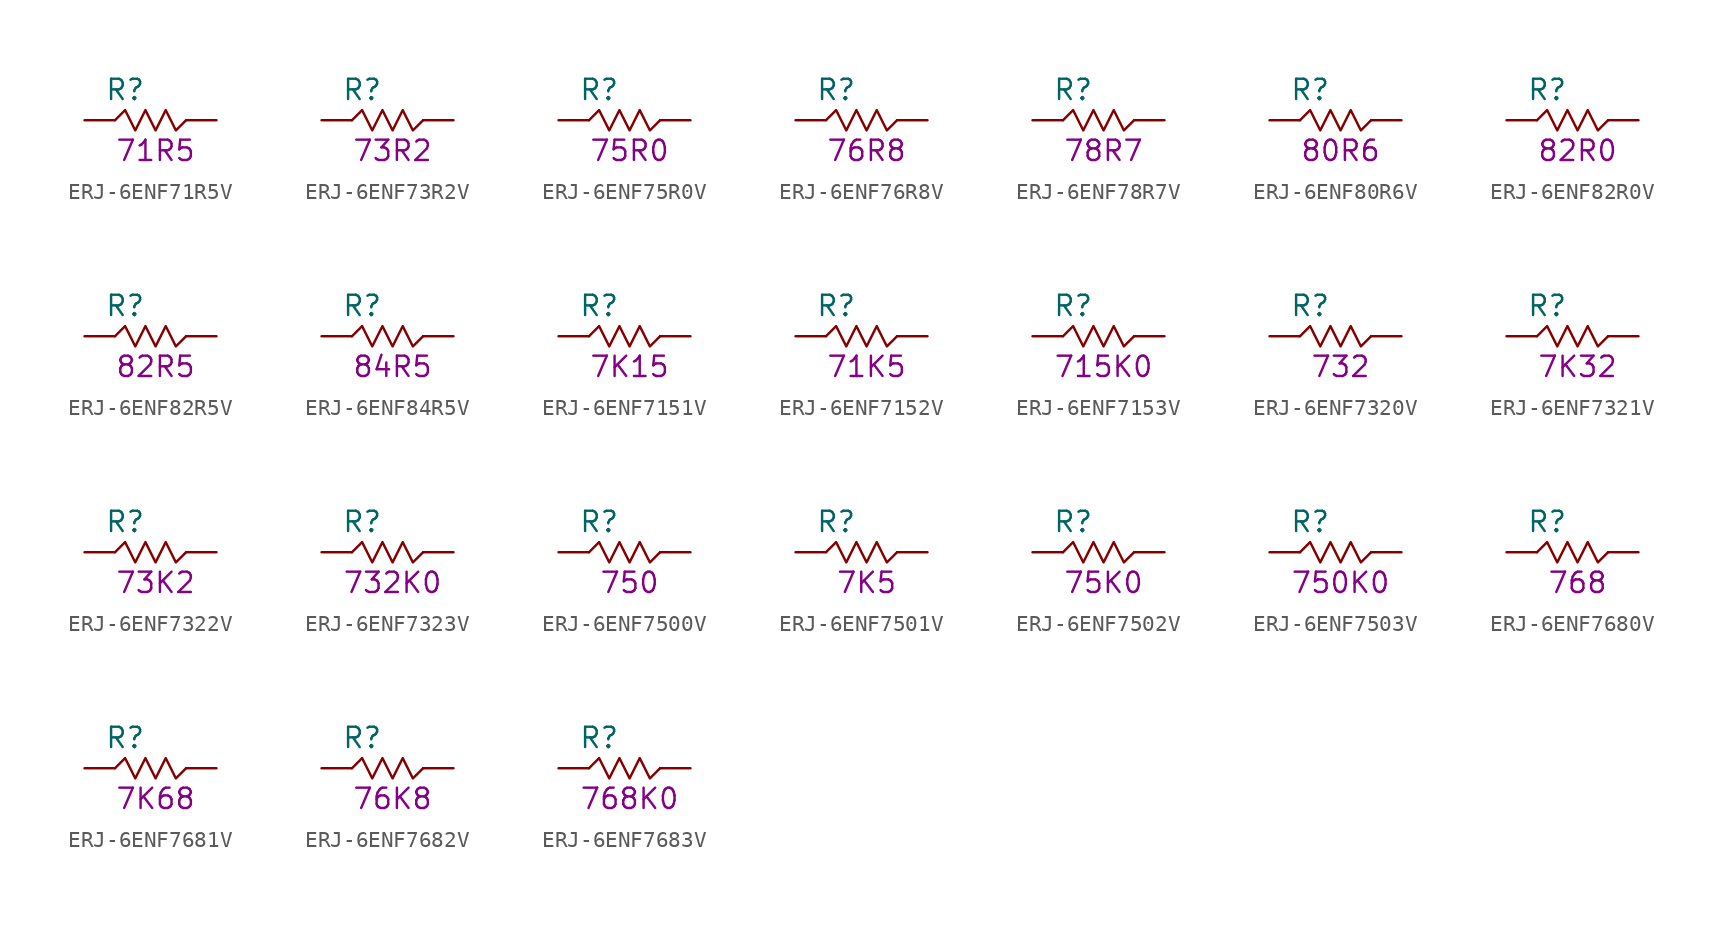
<source format=kicad_sym>
(kicad_symbol_lib
  (version 20211014)
  (generator KiCadLib_py)
  (symbol "ERJ-6ENF71R5V"
    (pin_numbers hide)
    (pin_names hide)
    (property "Reference" "R"
      (at -1.905 1.905 0)
      (effects (font (size 1.27 1.27))))
    (property "Val" "71R5"
      (at 0 -1.905 0)
      (effects (font (size 1.27 1.27))))
    (symbol "ERJ-6ENF71R5V_0_1"
      (polyline (pts (xy -2.54 0) (xy -1.905 0.635) (xy -1.27 -0.635) (xy -0.635 0.635) (xy 0 -0.635) (xy 0.635 0.635) (xy 1.27 -0.635) (xy 1.905 0)) (stroke (width 0) (type default) (color 0 0 0 0)) (fill (type none))))
    (symbol "ERJ-6ENF71R5V_1_1"
      (pin passive line (at -4.445 0 0) (length 1.905) (name "~" (effects (font (size 1.27 1.27)))) (number "1" (effects (font (size 1.27 1.27)))))
      (pin passive line (at 3.81 0 180) (length 1.905) (name "~" (effects (font (size 1.27 1.27)))) (number "2" (effects (font (size 1.27 1.27)))))))
  (symbol "ERJ-6ENF73R2V"
    (pin_numbers hide)
    (pin_names hide)
    (property "Reference" "R"
      (at -1.905 1.905 0)
      (effects (font (size 1.27 1.27))))
    (property "Val" "73R2"
      (at 0 -1.905 0)
      (effects (font (size 1.27 1.27))))
    (symbol "ERJ-6ENF73R2V_0_1"
      (polyline (pts (xy -2.54 0) (xy -1.905 0.635) (xy -1.27 -0.635) (xy -0.635 0.635) (xy 0 -0.635) (xy 0.635 0.635) (xy 1.27 -0.635) (xy 1.905 0)) (stroke (width 0) (type default) (color 0 0 0 0)) (fill (type none))))
    (symbol "ERJ-6ENF73R2V_1_1"
      (pin passive line (at -4.445 0 0) (length 1.905) (name "~" (effects (font (size 1.27 1.27)))) (number "1" (effects (font (size 1.27 1.27)))))
      (pin passive line (at 3.81 0 180) (length 1.905) (name "~" (effects (font (size 1.27 1.27)))) (number "2" (effects (font (size 1.27 1.27)))))))
  (symbol "ERJ-6ENF75R0V"
    (pin_numbers hide)
    (pin_names hide)
    (property "Reference" "R"
      (at -1.905 1.905 0)
      (effects (font (size 1.27 1.27))))
    (property "Val" "75R0"
      (at 0 -1.905 0)
      (effects (font (size 1.27 1.27))))
    (symbol "ERJ-6ENF75R0V_0_1"
      (polyline (pts (xy -2.54 0) (xy -1.905 0.635) (xy -1.27 -0.635) (xy -0.635 0.635) (xy 0 -0.635) (xy 0.635 0.635) (xy 1.27 -0.635) (xy 1.905 0)) (stroke (width 0) (type default) (color 0 0 0 0)) (fill (type none))))
    (symbol "ERJ-6ENF75R0V_1_1"
      (pin passive line (at -4.445 0 0) (length 1.905) (name "~" (effects (font (size 1.27 1.27)))) (number "1" (effects (font (size 1.27 1.27)))))
      (pin passive line (at 3.81 0 180) (length 1.905) (name "~" (effects (font (size 1.27 1.27)))) (number "2" (effects (font (size 1.27 1.27)))))))
  (symbol "ERJ-6ENF76R8V"
    (pin_numbers hide)
    (pin_names hide)
    (property "Reference" "R"
      (at -1.905 1.905 0)
      (effects (font (size 1.27 1.27))))
    (property "Val" "76R8"
      (at 0 -1.905 0)
      (effects (font (size 1.27 1.27))))
    (symbol "ERJ-6ENF76R8V_0_1"
      (polyline (pts (xy -2.54 0) (xy -1.905 0.635) (xy -1.27 -0.635) (xy -0.635 0.635) (xy 0 -0.635) (xy 0.635 0.635) (xy 1.27 -0.635) (xy 1.905 0)) (stroke (width 0) (type default) (color 0 0 0 0)) (fill (type none))))
    (symbol "ERJ-6ENF76R8V_1_1"
      (pin passive line (at -4.445 0 0) (length 1.905) (name "~" (effects (font (size 1.27 1.27)))) (number "1" (effects (font (size 1.27 1.27)))))
      (pin passive line (at 3.81 0 180) (length 1.905) (name "~" (effects (font (size 1.27 1.27)))) (number "2" (effects (font (size 1.27 1.27)))))))
  (symbol "ERJ-6ENF78R7V"
    (pin_numbers hide)
    (pin_names hide)
    (property "Reference" "R"
      (at -1.905 1.905 0)
      (effects (font (size 1.27 1.27))))
    (property "Val" "78R7"
      (at 0 -1.905 0)
      (effects (font (size 1.27 1.27))))
    (symbol "ERJ-6ENF78R7V_0_1"
      (polyline (pts (xy -2.54 0) (xy -1.905 0.635) (xy -1.27 -0.635) (xy -0.635 0.635) (xy 0 -0.635) (xy 0.635 0.635) (xy 1.27 -0.635) (xy 1.905 0)) (stroke (width 0) (type default) (color 0 0 0 0)) (fill (type none))))
    (symbol "ERJ-6ENF78R7V_1_1"
      (pin passive line (at -4.445 0 0) (length 1.905) (name "~" (effects (font (size 1.27 1.27)))) (number "1" (effects (font (size 1.27 1.27)))))
      (pin passive line (at 3.81 0 180) (length 1.905) (name "~" (effects (font (size 1.27 1.27)))) (number "2" (effects (font (size 1.27 1.27)))))))
  (symbol "ERJ-6ENF80R6V"
    (pin_numbers hide)
    (pin_names hide)
    (property "Reference" "R"
      (at -1.905 1.905 0)
      (effects (font (size 1.27 1.27))))
    (property "Val" "80R6"
      (at 0 -1.905 0)
      (effects (font (size 1.27 1.27))))
    (symbol "ERJ-6ENF80R6V_0_1"
      (polyline (pts (xy -2.54 0) (xy -1.905 0.635) (xy -1.27 -0.635) (xy -0.635 0.635) (xy 0 -0.635) (xy 0.635 0.635) (xy 1.27 -0.635) (xy 1.905 0)) (stroke (width 0) (type default) (color 0 0 0 0)) (fill (type none))))
    (symbol "ERJ-6ENF80R6V_1_1"
      (pin passive line (at -4.445 0 0) (length 1.905) (name "~" (effects (font (size 1.27 1.27)))) (number "1" (effects (font (size 1.27 1.27)))))
      (pin passive line (at 3.81 0 180) (length 1.905) (name "~" (effects (font (size 1.27 1.27)))) (number "2" (effects (font (size 1.27 1.27)))))))
  (symbol "ERJ-6ENF82R0V"
    (pin_numbers hide)
    (pin_names hide)
    (property "Reference" "R"
      (at -1.905 1.905 0)
      (effects (font (size 1.27 1.27))))
    (property "Val" "82R0"
      (at 0 -1.905 0)
      (effects (font (size 1.27 1.27))))
    (symbol "ERJ-6ENF82R0V_0_1"
      (polyline (pts (xy -2.54 0) (xy -1.905 0.635) (xy -1.27 -0.635) (xy -0.635 0.635) (xy 0 -0.635) (xy 0.635 0.635) (xy 1.27 -0.635) (xy 1.905 0)) (stroke (width 0) (type default) (color 0 0 0 0)) (fill (type none))))
    (symbol "ERJ-6ENF82R0V_1_1"
      (pin passive line (at -4.445 0 0) (length 1.905) (name "~" (effects (font (size 1.27 1.27)))) (number "1" (effects (font (size 1.27 1.27)))))
      (pin passive line (at 3.81 0 180) (length 1.905) (name "~" (effects (font (size 1.27 1.27)))) (number "2" (effects (font (size 1.27 1.27)))))))
  (symbol "ERJ-6ENF82R5V"
    (pin_numbers hide)
    (pin_names hide)
    (property "Reference" "R"
      (at -1.905 1.905 0)
      (effects (font (size 1.27 1.27))))
    (property "Val" "82R5"
      (at 0 -1.905 0)
      (effects (font (size 1.27 1.27))))
    (symbol "ERJ-6ENF82R5V_0_1"
      (polyline (pts (xy -2.54 0) (xy -1.905 0.635) (xy -1.27 -0.635) (xy -0.635 0.635) (xy 0 -0.635) (xy 0.635 0.635) (xy 1.27 -0.635) (xy 1.905 0)) (stroke (width 0) (type default) (color 0 0 0 0)) (fill (type none))))
    (symbol "ERJ-6ENF82R5V_1_1"
      (pin passive line (at -4.445 0 0) (length 1.905) (name "~" (effects (font (size 1.27 1.27)))) (number "1" (effects (font (size 1.27 1.27)))))
      (pin passive line (at 3.81 0 180) (length 1.905) (name "~" (effects (font (size 1.27 1.27)))) (number "2" (effects (font (size 1.27 1.27)))))))
  (symbol "ERJ-6ENF84R5V"
    (pin_numbers hide)
    (pin_names hide)
    (property "Reference" "R"
      (at -1.905 1.905 0)
      (effects (font (size 1.27 1.27))))
    (property "Val" "84R5"
      (at 0 -1.905 0)
      (effects (font (size 1.27 1.27))))
    (symbol "ERJ-6ENF84R5V_0_1"
      (polyline (pts (xy -2.54 0) (xy -1.905 0.635) (xy -1.27 -0.635) (xy -0.635 0.635) (xy 0 -0.635) (xy 0.635 0.635) (xy 1.27 -0.635) (xy 1.905 0)) (stroke (width 0) (type default) (color 0 0 0 0)) (fill (type none))))
    (symbol "ERJ-6ENF84R5V_1_1"
      (pin passive line (at -4.445 0 0) (length 1.905) (name "~" (effects (font (size 1.27 1.27)))) (number "1" (effects (font (size 1.27 1.27)))))
      (pin passive line (at 3.81 0 180) (length 1.905) (name "~" (effects (font (size 1.27 1.27)))) (number "2" (effects (font (size 1.27 1.27)))))))
  (symbol "ERJ-6ENF7151V"
    (pin_numbers hide)
    (pin_names hide)
    (property "Reference" "R"
      (at -1.905 1.905 0)
      (effects (font (size 1.27 1.27))))
    (property "Val" "7K15"
      (at 0 -1.905 0)
      (effects (font (size 1.27 1.27))))
    (symbol "ERJ-6ENF7151V_0_1"
      (polyline (pts (xy -2.54 0) (xy -1.905 0.635) (xy -1.27 -0.635) (xy -0.635 0.635) (xy 0 -0.635) (xy 0.635 0.635) (xy 1.27 -0.635) (xy 1.905 0)) (stroke (width 0) (type default) (color 0 0 0 0)) (fill (type none))))
    (symbol "ERJ-6ENF7151V_1_1"
      (pin passive line (at -4.445 0 0) (length 1.905) (name "~" (effects (font (size 1.27 1.27)))) (number "1" (effects (font (size 1.27 1.27)))))
      (pin passive line (at 3.81 0 180) (length 1.905) (name "~" (effects (font (size 1.27 1.27)))) (number "2" (effects (font (size 1.27 1.27)))))))
  (symbol "ERJ-6ENF7152V"
    (pin_numbers hide)
    (pin_names hide)
    (property "Reference" "R"
      (at -1.905 1.905 0)
      (effects (font (size 1.27 1.27))))
    (property "Val" "71K5"
      (at 0 -1.905 0)
      (effects (font (size 1.27 1.27))))
    (symbol "ERJ-6ENF7152V_0_1"
      (polyline (pts (xy -2.54 0) (xy -1.905 0.635) (xy -1.27 -0.635) (xy -0.635 0.635) (xy 0 -0.635) (xy 0.635 0.635) (xy 1.27 -0.635) (xy 1.905 0)) (stroke (width 0) (type default) (color 0 0 0 0)) (fill (type none))))
    (symbol "ERJ-6ENF7152V_1_1"
      (pin passive line (at -4.445 0 0) (length 1.905) (name "~" (effects (font (size 1.27 1.27)))) (number "1" (effects (font (size 1.27 1.27)))))
      (pin passive line (at 3.81 0 180) (length 1.905) (name "~" (effects (font (size 1.27 1.27)))) (number "2" (effects (font (size 1.27 1.27)))))))
  (symbol "ERJ-6ENF7153V"
    (pin_numbers hide)
    (pin_names hide)
    (property "Reference" "R"
      (at -1.905 1.905 0)
      (effects (font (size 1.27 1.27))))
    (property "Val" "715K0"
      (at 0 -1.905 0)
      (effects (font (size 1.27 1.27))))
    (symbol "ERJ-6ENF7153V_0_1"
      (polyline (pts (xy -2.54 0) (xy -1.905 0.635) (xy -1.27 -0.635) (xy -0.635 0.635) (xy 0 -0.635) (xy 0.635 0.635) (xy 1.27 -0.635) (xy 1.905 0)) (stroke (width 0) (type default) (color 0 0 0 0)) (fill (type none))))
    (symbol "ERJ-6ENF7153V_1_1"
      (pin passive line (at -4.445 0 0) (length 1.905) (name "~" (effects (font (size 1.27 1.27)))) (number "1" (effects (font (size 1.27 1.27)))))
      (pin passive line (at 3.81 0 180) (length 1.905) (name "~" (effects (font (size 1.27 1.27)))) (number "2" (effects (font (size 1.27 1.27)))))))
  (symbol "ERJ-6ENF7320V"
    (pin_numbers hide)
    (pin_names hide)
    (property "Reference" "R"
      (at -1.905 1.905 0)
      (effects (font (size 1.27 1.27))))
    (property "Val" "732"
      (at 0 -1.905 0)
      (effects (font (size 1.27 1.27))))
    (symbol "ERJ-6ENF7320V_0_1"
      (polyline (pts (xy -2.54 0) (xy -1.905 0.635) (xy -1.27 -0.635) (xy -0.635 0.635) (xy 0 -0.635) (xy 0.635 0.635) (xy 1.27 -0.635) (xy 1.905 0)) (stroke (width 0) (type default) (color 0 0 0 0)) (fill (type none))))
    (symbol "ERJ-6ENF7320V_1_1"
      (pin passive line (at -4.445 0 0) (length 1.905) (name "~" (effects (font (size 1.27 1.27)))) (number "1" (effects (font (size 1.27 1.27)))))
      (pin passive line (at 3.81 0 180) (length 1.905) (name "~" (effects (font (size 1.27 1.27)))) (number "2" (effects (font (size 1.27 1.27)))))))
  (symbol "ERJ-6ENF7321V"
    (pin_numbers hide)
    (pin_names hide)
    (property "Reference" "R"
      (at -1.905 1.905 0)
      (effects (font (size 1.27 1.27))))
    (property "Val" "7K32"
      (at 0 -1.905 0)
      (effects (font (size 1.27 1.27))))
    (symbol "ERJ-6ENF7321V_0_1"
      (polyline (pts (xy -2.54 0) (xy -1.905 0.635) (xy -1.27 -0.635) (xy -0.635 0.635) (xy 0 -0.635) (xy 0.635 0.635) (xy 1.27 -0.635) (xy 1.905 0)) (stroke (width 0) (type default) (color 0 0 0 0)) (fill (type none))))
    (symbol "ERJ-6ENF7321V_1_1"
      (pin passive line (at -4.445 0 0) (length 1.905) (name "~" (effects (font (size 1.27 1.27)))) (number "1" (effects (font (size 1.27 1.27)))))
      (pin passive line (at 3.81 0 180) (length 1.905) (name "~" (effects (font (size 1.27 1.27)))) (number "2" (effects (font (size 1.27 1.27)))))))
  (symbol "ERJ-6ENF7322V"
    (pin_numbers hide)
    (pin_names hide)
    (property "Reference" "R"
      (at -1.905 1.905 0)
      (effects (font (size 1.27 1.27))))
    (property "Val" "73K2"
      (at 0 -1.905 0)
      (effects (font (size 1.27 1.27))))
    (symbol "ERJ-6ENF7322V_0_1"
      (polyline (pts (xy -2.54 0) (xy -1.905 0.635) (xy -1.27 -0.635) (xy -0.635 0.635) (xy 0 -0.635) (xy 0.635 0.635) (xy 1.27 -0.635) (xy 1.905 0)) (stroke (width 0) (type default) (color 0 0 0 0)) (fill (type none))))
    (symbol "ERJ-6ENF7322V_1_1"
      (pin passive line (at -4.445 0 0) (length 1.905) (name "~" (effects (font (size 1.27 1.27)))) (number "1" (effects (font (size 1.27 1.27)))))
      (pin passive line (at 3.81 0 180) (length 1.905) (name "~" (effects (font (size 1.27 1.27)))) (number "2" (effects (font (size 1.27 1.27)))))))
  (symbol "ERJ-6ENF7323V"
    (pin_numbers hide)
    (pin_names hide)
    (property "Reference" "R"
      (at -1.905 1.905 0)
      (effects (font (size 1.27 1.27))))
    (property "Val" "732K0"
      (at 0 -1.905 0)
      (effects (font (size 1.27 1.27))))
    (symbol "ERJ-6ENF7323V_0_1"
      (polyline (pts (xy -2.54 0) (xy -1.905 0.635) (xy -1.27 -0.635) (xy -0.635 0.635) (xy 0 -0.635) (xy 0.635 0.635) (xy 1.27 -0.635) (xy 1.905 0)) (stroke (width 0) (type default) (color 0 0 0 0)) (fill (type none))))
    (symbol "ERJ-6ENF7323V_1_1"
      (pin passive line (at -4.445 0 0) (length 1.905) (name "~" (effects (font (size 1.27 1.27)))) (number "1" (effects (font (size 1.27 1.27)))))
      (pin passive line (at 3.81 0 180) (length 1.905) (name "~" (effects (font (size 1.27 1.27)))) (number "2" (effects (font (size 1.27 1.27)))))))
  (symbol "ERJ-6ENF7500V"
    (pin_numbers hide)
    (pin_names hide)
    (property "Reference" "R"
      (at -1.905 1.905 0)
      (effects (font (size 1.27 1.27))))
    (property "Val" "750"
      (at 0 -1.905 0)
      (effects (font (size 1.27 1.27))))
    (symbol "ERJ-6ENF7500V_0_1"
      (polyline (pts (xy -2.54 0) (xy -1.905 0.635) (xy -1.27 -0.635) (xy -0.635 0.635) (xy 0 -0.635) (xy 0.635 0.635) (xy 1.27 -0.635) (xy 1.905 0)) (stroke (width 0) (type default) (color 0 0 0 0)) (fill (type none))))
    (symbol "ERJ-6ENF7500V_1_1"
      (pin passive line (at -4.445 0 0) (length 1.905) (name "~" (effects (font (size 1.27 1.27)))) (number "1" (effects (font (size 1.27 1.27)))))
      (pin passive line (at 3.81 0 180) (length 1.905) (name "~" (effects (font (size 1.27 1.27)))) (number "2" (effects (font (size 1.27 1.27)))))))
  (symbol "ERJ-6ENF7501V"
    (pin_numbers hide)
    (pin_names hide)
    (property "Reference" "R"
      (at -1.905 1.905 0)
      (effects (font (size 1.27 1.27))))
    (property "Val" "7K5"
      (at 0 -1.905 0)
      (effects (font (size 1.27 1.27))))
    (symbol "ERJ-6ENF7501V_0_1"
      (polyline (pts (xy -2.54 0) (xy -1.905 0.635) (xy -1.27 -0.635) (xy -0.635 0.635) (xy 0 -0.635) (xy 0.635 0.635) (xy 1.27 -0.635) (xy 1.905 0)) (stroke (width 0) (type default) (color 0 0 0 0)) (fill (type none))))
    (symbol "ERJ-6ENF7501V_1_1"
      (pin passive line (at -4.445 0 0) (length 1.905) (name "~" (effects (font (size 1.27 1.27)))) (number "1" (effects (font (size 1.27 1.27)))))
      (pin passive line (at 3.81 0 180) (length 1.905) (name "~" (effects (font (size 1.27 1.27)))) (number "2" (effects (font (size 1.27 1.27)))))))
  (symbol "ERJ-6ENF7502V"
    (pin_numbers hide)
    (pin_names hide)
    (property "Reference" "R"
      (at -1.905 1.905 0)
      (effects (font (size 1.27 1.27))))
    (property "Val" "75K0"
      (at 0 -1.905 0)
      (effects (font (size 1.27 1.27))))
    (symbol "ERJ-6ENF7502V_0_1"
      (polyline (pts (xy -2.54 0) (xy -1.905 0.635) (xy -1.27 -0.635) (xy -0.635 0.635) (xy 0 -0.635) (xy 0.635 0.635) (xy 1.27 -0.635) (xy 1.905 0)) (stroke (width 0) (type default) (color 0 0 0 0)) (fill (type none))))
    (symbol "ERJ-6ENF7502V_1_1"
      (pin passive line (at -4.445 0 0) (length 1.905) (name "~" (effects (font (size 1.27 1.27)))) (number "1" (effects (font (size 1.27 1.27)))))
      (pin passive line (at 3.81 0 180) (length 1.905) (name "~" (effects (font (size 1.27 1.27)))) (number "2" (effects (font (size 1.27 1.27)))))))
  (symbol "ERJ-6ENF7503V"
    (pin_numbers hide)
    (pin_names hide)
    (property "Reference" "R"
      (at -1.905 1.905 0)
      (effects (font (size 1.27 1.27))))
    (property "Val" "750K0"
      (at 0 -1.905 0)
      (effects (font (size 1.27 1.27))))
    (symbol "ERJ-6ENF7503V_0_1"
      (polyline (pts (xy -2.54 0) (xy -1.905 0.635) (xy -1.27 -0.635) (xy -0.635 0.635) (xy 0 -0.635) (xy 0.635 0.635) (xy 1.27 -0.635) (xy 1.905 0)) (stroke (width 0) (type default) (color 0 0 0 0)) (fill (type none))))
    (symbol "ERJ-6ENF7503V_1_1"
      (pin passive line (at -4.445 0 0) (length 1.905) (name "~" (effects (font (size 1.27 1.27)))) (number "1" (effects (font (size 1.27 1.27)))))
      (pin passive line (at 3.81 0 180) (length 1.905) (name "~" (effects (font (size 1.27 1.27)))) (number "2" (effects (font (size 1.27 1.27)))))))
  (symbol "ERJ-6ENF7680V"
    (pin_numbers hide)
    (pin_names hide)
    (property "Reference" "R"
      (at -1.905 1.905 0)
      (effects (font (size 1.27 1.27))))
    (property "Val" "768"
      (at 0 -1.905 0)
      (effects (font (size 1.27 1.27))))
    (symbol "ERJ-6ENF7680V_0_1"
      (polyline (pts (xy -2.54 0) (xy -1.905 0.635) (xy -1.27 -0.635) (xy -0.635 0.635) (xy 0 -0.635) (xy 0.635 0.635) (xy 1.27 -0.635) (xy 1.905 0)) (stroke (width 0) (type default) (color 0 0 0 0)) (fill (type none))))
    (symbol "ERJ-6ENF7680V_1_1"
      (pin passive line (at -4.445 0 0) (length 1.905) (name "~" (effects (font (size 1.27 1.27)))) (number "1" (effects (font (size 1.27 1.27)))))
      (pin passive line (at 3.81 0 180) (length 1.905) (name "~" (effects (font (size 1.27 1.27)))) (number "2" (effects (font (size 1.27 1.27)))))))
  (symbol "ERJ-6ENF7681V"
    (pin_numbers hide)
    (pin_names hide)
    (property "Reference" "R"
      (at -1.905 1.905 0)
      (effects (font (size 1.27 1.27))))
    (property "Val" "7K68"
      (at 0 -1.905 0)
      (effects (font (size 1.27 1.27))))
    (symbol "ERJ-6ENF7681V_0_1"
      (polyline (pts (xy -2.54 0) (xy -1.905 0.635) (xy -1.27 -0.635) (xy -0.635 0.635) (xy 0 -0.635) (xy 0.635 0.635) (xy 1.27 -0.635) (xy 1.905 0)) (stroke (width 0) (type default) (color 0 0 0 0)) (fill (type none))))
    (symbol "ERJ-6ENF7681V_1_1"
      (pin passive line (at -4.445 0 0) (length 1.905) (name "~" (effects (font (size 1.27 1.27)))) (number "1" (effects (font (size 1.27 1.27)))))
      (pin passive line (at 3.81 0 180) (length 1.905) (name "~" (effects (font (size 1.27 1.27)))) (number "2" (effects (font (size 1.27 1.27)))))))
  (symbol "ERJ-6ENF7682V"
    (pin_numbers hide)
    (pin_names hide)
    (property "Reference" "R"
      (at -1.905 1.905 0)
      (effects (font (size 1.27 1.27))))
    (property "Val" "76K8"
      (at 0 -1.905 0)
      (effects (font (size 1.27 1.27))))
    (symbol "ERJ-6ENF7682V_0_1"
      (polyline (pts (xy -2.54 0) (xy -1.905 0.635) (xy -1.27 -0.635) (xy -0.635 0.635) (xy 0 -0.635) (xy 0.635 0.635) (xy 1.27 -0.635) (xy 1.905 0)) (stroke (width 0) (type default) (color 0 0 0 0)) (fill (type none))))
    (symbol "ERJ-6ENF7682V_1_1"
      (pin passive line (at -4.445 0 0) (length 1.905) (name "~" (effects (font (size 1.27 1.27)))) (number "1" (effects (font (size 1.27 1.27)))))
      (pin passive line (at 3.81 0 180) (length 1.905) (name "~" (effects (font (size 1.27 1.27)))) (number "2" (effects (font (size 1.27 1.27)))))))
  (symbol "ERJ-6ENF7683V"
    (pin_numbers hide)
    (pin_names hide)
    (property "Reference" "R"
      (at -1.905 1.905 0)
      (effects (font (size 1.27 1.27))))
    (property "Val" "768K0"
      (at 0 -1.905 0)
      (effects (font (size 1.27 1.27))))
    (symbol "ERJ-6ENF7683V_0_1"
      (polyline (pts (xy -2.54 0) (xy -1.905 0.635) (xy -1.27 -0.635) (xy -0.635 0.635) (xy 0 -0.635) (xy 0.635 0.635) (xy 1.27 -0.635) (xy 1.905 0)) (stroke (width 0) (type default) (color 0 0 0 0)) (fill (type none))))
    (symbol "ERJ-6ENF7683V_1_1"
      (pin passive line (at -4.445 0 0) (length 1.905) (name "~" (effects (font (size 1.27 1.27)))) (number "1" (effects (font (size 1.27 1.27)))))
      (pin passive line (at 3.81 0 180) (length 1.905) (name "~" (effects (font (size 1.27 1.27)))) (number "2" (effects (font (size 1.27 1.27))))))))
</source>
